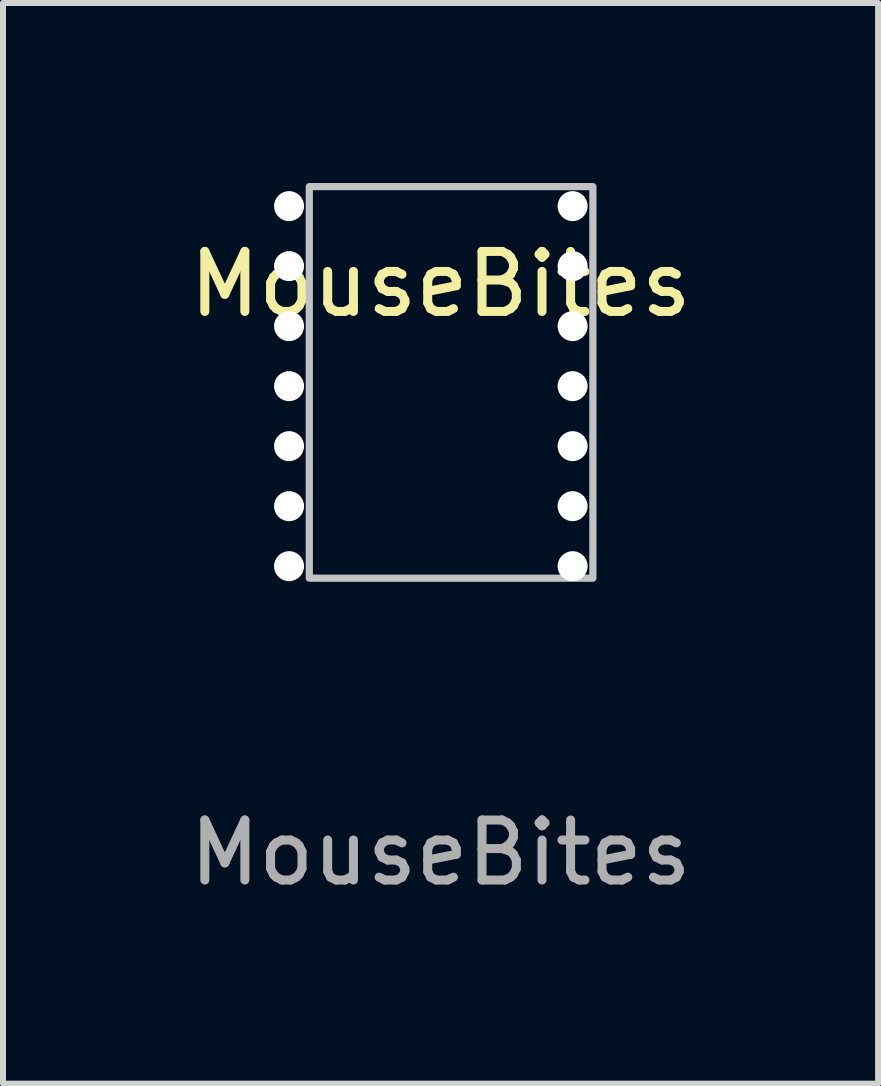
<source format=kicad_pcb>
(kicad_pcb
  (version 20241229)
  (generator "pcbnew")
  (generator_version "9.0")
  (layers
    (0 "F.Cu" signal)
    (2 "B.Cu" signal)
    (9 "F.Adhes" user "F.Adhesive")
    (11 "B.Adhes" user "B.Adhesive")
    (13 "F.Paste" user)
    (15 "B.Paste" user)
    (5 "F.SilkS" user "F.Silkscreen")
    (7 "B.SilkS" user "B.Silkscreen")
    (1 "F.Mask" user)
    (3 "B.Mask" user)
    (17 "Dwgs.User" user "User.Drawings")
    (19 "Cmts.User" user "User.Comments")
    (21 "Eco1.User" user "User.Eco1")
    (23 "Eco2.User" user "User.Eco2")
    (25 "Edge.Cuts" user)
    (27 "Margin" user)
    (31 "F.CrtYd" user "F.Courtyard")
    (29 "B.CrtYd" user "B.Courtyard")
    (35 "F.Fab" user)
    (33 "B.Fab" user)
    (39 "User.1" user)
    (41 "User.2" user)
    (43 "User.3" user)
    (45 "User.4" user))
  (footprint "MouseBites"
    (layer "F.Cu")
    (at 4.292 2.185)
    (property "Reference" "MouseBites" (at 0 -0.5 0) (unlocked yes) (layer "F.SilkS") (effects (font (size 1 1) (thickness 0.15))))
    (fp_rect (start -2.188 -2.125) (end 2.538 4.4) (stroke (width 0.12) (type solid)) (fill no) (layer "Dwgs.User"))
    (fp_text user "${REFERENCE}" (at 0 8.975 0) (unlocked yes) (layer "F.Fab") (effects (font (size 1 1) (thickness 0.15))))
    (pad "" np_thru_hole circle (at -2.525 -1.8) (size 0.5 0.5) (drill 0.5) (layers "*.Cu" "*.Mask"))
    (pad "" np_thru_hole circle (at -2.525 -0.8) (size 0.5 0.5) (drill 0.5) (layers "*.Cu" "*.Mask"))
    (pad "" np_thru_hole circle (at -2.525 0.2) (size 0.5 0.5) (drill 0.5) (layers "*.Cu" "*.Mask"))
    (pad "" np_thru_hole circle (at -2.525 1.2) (size 0.5 0.5) (drill 0.5) (layers "*.Cu" "*.Mask"))
    (pad "" np_thru_hole circle (at -2.525 2.2) (size 0.5 0.5) (drill 0.5) (layers "*.Cu" "*.Mask"))
    (pad "" np_thru_hole circle (at -2.525 3.2) (size 0.5 0.5) (drill 0.5) (layers "*.Cu" "*.Mask"))
    (pad "" np_thru_hole circle (at -2.525 4.2) (size 0.5 0.5) (drill 0.5) (layers "*.Cu" "*.Mask"))
    (pad "" np_thru_hole circle (at 2.2 -1.8) (size 0.5 0.5) (drill 0.5) (layers "*.Cu" "*.Mask"))
    (pad "" np_thru_hole circle (at 2.2 -0.8) (size 0.5 0.5) (drill 0.5) (layers "*.Cu" "*.Mask"))
    (pad "" np_thru_hole circle (at 2.2 0.2) (size 0.5 0.5) (drill 0.5) (layers "*.Cu" "*.Mask"))
    (pad "" np_thru_hole circle (at 2.2 1.2) (size 0.5 0.5) (drill 0.5) (layers "*.Cu" "*.Mask"))
    (pad "" np_thru_hole circle (at 2.2 2.2) (size 0.5 0.5) (drill 0.5) (layers "*.Cu" "*.Mask"))
    (pad "" np_thru_hole circle (at 2.2 3.2) (size 0.5 0.5) (drill 0.5) (layers "*.Cu" "*.Mask"))
    (pad "" np_thru_hole circle (at 2.2 4.2) (size 0.5 0.5) (drill 0.5) (layers "*.Cu" "*.Mask")))
  (gr_rect
    (start -3 -3)
    (end 11.583 15.008)
    (stroke (width 0.1) (type default))
    (fill no)
    (layer "Edge.Cuts")))
</source>
